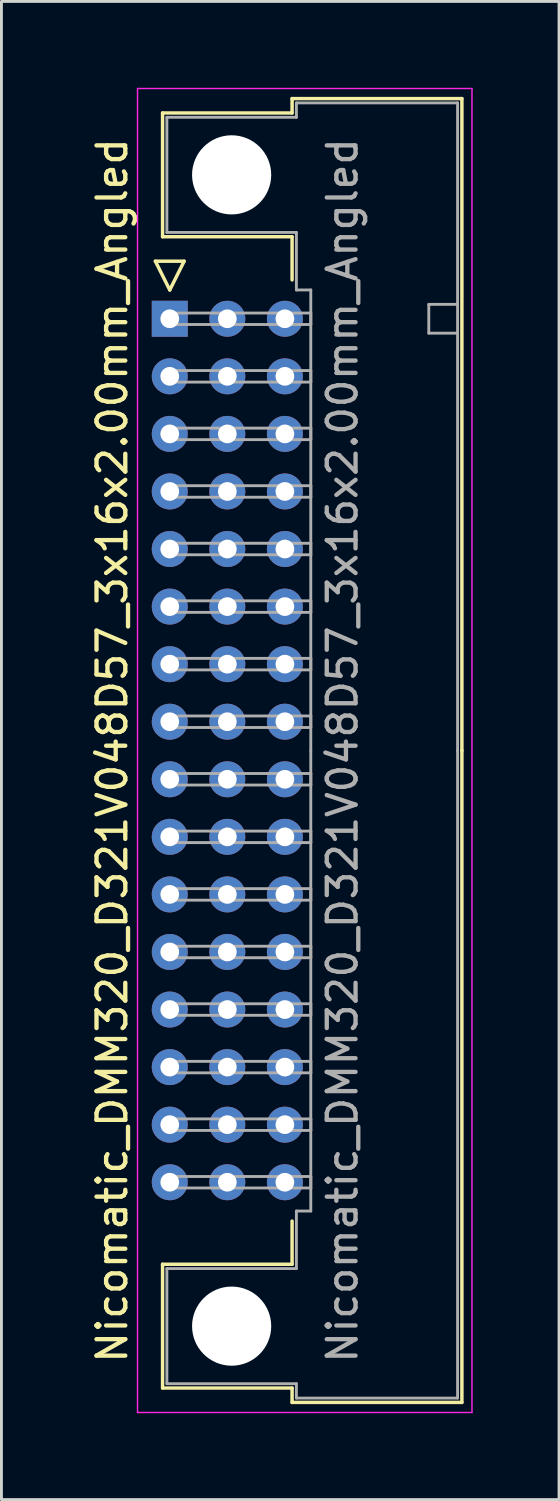
<source format=kicad_pcb>
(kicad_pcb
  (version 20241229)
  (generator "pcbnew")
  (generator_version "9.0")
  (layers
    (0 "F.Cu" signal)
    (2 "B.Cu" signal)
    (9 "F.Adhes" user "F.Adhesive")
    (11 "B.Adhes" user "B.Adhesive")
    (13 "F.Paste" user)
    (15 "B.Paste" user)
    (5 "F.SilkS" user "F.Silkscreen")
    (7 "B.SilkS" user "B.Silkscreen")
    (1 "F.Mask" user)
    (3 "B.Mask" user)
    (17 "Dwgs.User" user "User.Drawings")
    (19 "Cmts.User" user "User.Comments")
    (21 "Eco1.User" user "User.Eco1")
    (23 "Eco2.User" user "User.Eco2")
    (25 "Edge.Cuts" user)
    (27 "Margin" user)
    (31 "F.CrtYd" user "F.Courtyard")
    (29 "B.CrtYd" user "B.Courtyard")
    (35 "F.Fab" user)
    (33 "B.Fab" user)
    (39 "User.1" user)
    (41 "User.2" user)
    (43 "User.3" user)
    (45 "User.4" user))
  (footprint "Nicomatic_DMM320_D321V048D57_3x16x2.00mm_Angled"
    (layer "F.Cu")
    (at 2.848 8.025)
    (property "Reference" "Nicomatic_DMM320_D321V048D57_3x16x2.00mm_Angled" (at -2 15 90) (layer "F.SilkS") (effects (font (size 1 1) (thickness 0.15))))
    (attr through_hole)
    (fp_line (start -0.5 -2) (end 0 -1) (stroke (width 0.12) (type solid)) (layer "F.SilkS"))
    (fp_line (start -0.25 -7.15) (end -0.25 -2.85) (stroke (width 0.12) (type solid)) (layer "F.SilkS"))
    (fp_line (start -0.25 -2.85) (end 4.25 -2.85) (stroke (width 0.12) (type solid)) (layer "F.SilkS"))
    (fp_line (start -0.25 32.85) (end 4.25 32.85) (stroke (width 0.12) (type solid)) (layer "F.SilkS"))
    (fp_line (start -0.25 37.15) (end -0.25 32.85) (stroke (width 0.12) (type solid)) (layer "F.SilkS"))
    (fp_line (start 0 -1) (end 0.5 -2) (stroke (width 0.12) (type solid)) (layer "F.SilkS"))
    (fp_line (start 0.5 -2) (end -0.5 -2) (stroke (width 0.12) (type solid)) (layer "F.SilkS"))
    (fp_line (start 4.25 -7.65) (end 4.25 -7.15) (stroke (width 0.12) (type solid)) (layer "F.SilkS"))
    (fp_line (start 4.25 -7.15) (end -0.25 -7.15) (stroke (width 0.12) (type solid)) (layer "F.SilkS"))
    (fp_line (start 4.25 -2.85) (end 4.25 -1.35) (stroke (width 0.12) (type solid)) (layer "F.SilkS"))
    (fp_line (start 4.25 32.85) (end 4.25 31.35) (stroke (width 0.12) (type solid)) (layer "F.SilkS"))
    (fp_line (start 4.25 37.15) (end -0.25 37.15) (stroke (width 0.12) (type solid)) (layer "F.SilkS"))
    (fp_line (start 4.25 37.65) (end 4.25 37.15) (stroke (width 0.12) (type solid)) (layer "F.SilkS"))
    (fp_line (start 10.15 -7.65) (end 4.25 -7.65) (stroke (width 0.12) (type solid)) (layer "F.SilkS"))
    (fp_line (start 10.15 15) (end 10.15 -7.65) (stroke (width 0.12) (type solid)) (layer "F.SilkS"))
    (fp_line (start 10.15 15) (end 10.15 37.65) (stroke (width 0.12) (type solid)) (layer "F.SilkS"))
    (fp_line (start 10.15 37.65) (end 4.25 37.65) (stroke (width 0.12) (type solid)) (layer "F.SilkS"))
    (fp_line (start -1.12 -8) (end -1.12 38) (stroke (width 0.05) (type solid)) (layer "F.CrtYd"))
    (fp_line (start -1.12 38) (end 10.5 38) (stroke (width 0.05) (type solid)) (layer "F.CrtYd"))
    (fp_line (start 10.5 -8) (end -1.12 -8) (stroke (width 0.05) (type solid)) (layer "F.CrtYd"))
    (fp_line (start 10.5 38) (end 10.5 -8) (stroke (width 0.05) (type solid)) (layer "F.CrtYd"))
    (fp_line (start -0.1 -7) (end -0.1 -3) (stroke (width 0.1) (type solid)) (layer "F.Fab"))
    (fp_line (start -0.1 -3) (end 4.4 -3) (stroke (width 0.1) (type solid)) (layer "F.Fab"))
    (fp_line (start -0.1 33) (end 4.4 33) (stroke (width 0.1) (type solid)) (layer "F.Fab"))
    (fp_line (start -0.1 37) (end -0.1 33) (stroke (width 0.1) (type solid)) (layer "F.Fab"))
    (fp_line (start 0 -0.2) (end 0 0.2) (stroke (width 0.1) (type solid)) (layer "F.Fab"))
    (fp_line (start 0 0.2) (end 4.9 0.2) (stroke (width 0.1) (type solid)) (layer "F.Fab"))
    (fp_line (start 0 1.8) (end 0 2.2) (stroke (width 0.1) (type solid)) (layer "F.Fab"))
    (fp_line (start 0 2.2) (end 4.9 2.2) (stroke (width 0.1) (type solid)) (layer "F.Fab"))
    (fp_line (start 0 3.8) (end 0 4.2) (stroke (width 0.1) (type solid)) (layer "F.Fab"))
    (fp_line (start 0 4.2) (end 4.9 4.2) (stroke (width 0.1) (type solid)) (layer "F.Fab"))
    (fp_line (start 0 5.8) (end 0 6.2) (stroke (width 0.1) (type solid)) (layer "F.Fab"))
    (fp_line (start 0 6.2) (end 4.9 6.2) (stroke (width 0.1) (type solid)) (layer "F.Fab"))
    (fp_line (start 0 7.8) (end 0 8.2) (stroke (width 0.1) (type solid)) (layer "F.Fab"))
    (fp_line (start 0 8.2) (end 4.9 8.2) (stroke (width 0.1) (type solid)) (layer "F.Fab"))
    (fp_line (start 0 9.8) (end 0 10.2) (stroke (width 0.1) (type solid)) (layer "F.Fab"))
    (fp_line (start 0 10.2) (end 4.9 10.2) (stroke (width 0.1) (type solid)) (layer "F.Fab"))
    (fp_line (start 0 11.8) (end 0 12.2) (stroke (width 0.1) (type solid)) (layer "F.Fab"))
    (fp_line (start 0 12.2) (end 4.9 12.2) (stroke (width 0.1) (type solid)) (layer "F.Fab"))
    (fp_line (start 0 13.8) (end 0 14.2) (stroke (width 0.1) (type solid)) (layer "F.Fab"))
    (fp_line (start 0 14.2) (end 4.9 14.2) (stroke (width 0.1) (type solid)) (layer "F.Fab"))
    (fp_line (start 0 15.8) (end 0 16.2) (stroke (width 0.1) (type solid)) (layer "F.Fab"))
    (fp_line (start 0 16.2) (end 4.9 16.2) (stroke (width 0.1) (type solid)) (layer "F.Fab"))
    (fp_line (start 0 17.8) (end 0 18.2) (stroke (width 0.1) (type solid)) (layer "F.Fab"))
    (fp_line (start 0 18.2) (end 4.9 18.2) (stroke (width 0.1) (type solid)) (layer "F.Fab"))
    (fp_line (start 0 19.8) (end 0 20.2) (stroke (width 0.1) (type solid)) (layer "F.Fab"))
    (fp_line (start 0 20.2) (end 4.9 20.2) (stroke (width 0.1) (type solid)) (layer "F.Fab"))
    (fp_line (start 0 21.8) (end 0 22.2) (stroke (width 0.1) (type solid)) (layer "F.Fab"))
    (fp_line (start 0 22.2) (end 4.9 22.2) (stroke (width 0.1) (type solid)) (layer "F.Fab"))
    (fp_line (start 0 23.8) (end 0 24.2) (stroke (width 0.1) (type solid)) (layer "F.Fab"))
    (fp_line (start 0 24.2) (end 4.9 24.2) (stroke (width 0.1) (type solid)) (layer "F.Fab"))
    (fp_line (start 0 25.8) (end 0 26.2) (stroke (width 0.1) (type solid)) (layer "F.Fab"))
    (fp_line (start 0 26.2) (end 4.9 26.2) (stroke (width 0.1) (type solid)) (layer "F.Fab"))
    (fp_line (start 0 27.8) (end 0 28.2) (stroke (width 0.1) (type solid)) (layer "F.Fab"))
    (fp_line (start 0 28.2) (end 4.9 28.2) (stroke (width 0.1) (type solid)) (layer "F.Fab"))
    (fp_line (start 0 29.8) (end 0 30.2) (stroke (width 0.1) (type solid)) (layer "F.Fab"))
    (fp_line (start 0 30.2) (end 4.9 30.2) (stroke (width 0.1) (type solid)) (layer "F.Fab"))
    (fp_line (start 4.4 -7.5) (end 4.4 -7) (stroke (width 0.1) (type solid)) (layer "F.Fab"))
    (fp_line (start 4.4 -7) (end -0.1 -7) (stroke (width 0.1) (type solid)) (layer "F.Fab"))
    (fp_line (start 4.4 -3) (end 4.4 -1) (stroke (width 0.1) (type solid)) (layer "F.Fab"))
    (fp_line (start 4.4 -1) (end 4.9 -1) (stroke (width 0.1) (type solid)) (layer "F.Fab"))
    (fp_line (start 4.4 31) (end 4.9 31) (stroke (width 0.1) (type solid)) (layer "F.Fab"))
    (fp_line (start 4.4 33) (end 4.4 31) (stroke (width 0.1) (type solid)) (layer "F.Fab"))
    (fp_line (start 4.4 37) (end -0.1 37) (stroke (width 0.1) (type solid)) (layer "F.Fab"))
    (fp_line (start 4.4 37.5) (end 4.4 37) (stroke (width 0.1) (type solid)) (layer "F.Fab"))
    (fp_line (start 4.9 -1) (end 4.9 15) (stroke (width 0.1) (type solid)) (layer "F.Fab"))
    (fp_line (start 4.9 -0.2) (end 0 -0.2) (stroke (width 0.1) (type solid)) (layer "F.Fab"))
    (fp_line (start 4.9 0.2) (end 4.9 -0.2) (stroke (width 0.1) (type solid)) (layer "F.Fab"))
    (fp_line (start 4.9 1.8) (end 0 1.8) (stroke (width 0.1) (type solid)) (layer "F.Fab"))
    (fp_line (start 4.9 2.2) (end 4.9 1.8) (stroke (width 0.1) (type solid)) (layer "F.Fab"))
    (fp_line (start 4.9 3.8) (end 0 3.8) (stroke (width 0.1) (type solid)) (layer "F.Fab"))
    (fp_line (start 4.9 4.2) (end 4.9 3.8) (stroke (width 0.1) (type solid)) (layer "F.Fab"))
    (fp_line (start 4.9 5.8) (end 0 5.8) (stroke (width 0.1) (type solid)) (layer "F.Fab"))
    (fp_line (start 4.9 6.2) (end 4.9 5.8) (stroke (width 0.1) (type solid)) (layer "F.Fab"))
    (fp_line (start 4.9 7.8) (end 0 7.8) (stroke (width 0.1) (type solid)) (layer "F.Fab"))
    (fp_line (start 4.9 8.2) (end 4.9 7.8) (stroke (width 0.1) (type solid)) (layer "F.Fab"))
    (fp_line (start 4.9 9.8) (end 0 9.8) (stroke (width 0.1) (type solid)) (layer "F.Fab"))
    (fp_line (start 4.9 10.2) (end 4.9 9.8) (stroke (width 0.1) (type solid)) (layer "F.Fab"))
    (fp_line (start 4.9 11.8) (end 0 11.8) (stroke (width 0.1) (type solid)) (layer "F.Fab"))
    (fp_line (start 4.9 12.2) (end 4.9 11.8) (stroke (width 0.1) (type solid)) (layer "F.Fab"))
    (fp_line (start 4.9 13.8) (end 0 13.8) (stroke (width 0.1) (type solid)) (layer "F.Fab"))
    (fp_line (start 4.9 14.2) (end 4.9 13.8) (stroke (width 0.1) (type solid)) (layer "F.Fab"))
    (fp_line (start 4.9 15.8) (end 0 15.8) (stroke (width 0.1) (type solid)) (layer "F.Fab"))
    (fp_line (start 4.9 16.2) (end 4.9 15.8) (stroke (width 0.1) (type solid)) (layer "F.Fab"))
    (fp_line (start 4.9 17.8) (end 0 17.8) (stroke (width 0.1) (type solid)) (layer "F.Fab"))
    (fp_line (start 4.9 18.2) (end 4.9 17.8) (stroke (width 0.1) (type solid)) (layer "F.Fab"))
    (fp_line (start 4.9 19.8) (end 0 19.8) (stroke (width 0.1) (type solid)) (layer "F.Fab"))
    (fp_line (start 4.9 20.2) (end 4.9 19.8) (stroke (width 0.1) (type solid)) (layer "F.Fab"))
    (fp_line (start 4.9 21.8) (end 0 21.8) (stroke (width 0.1) (type solid)) (layer "F.Fab"))
    (fp_line (start 4.9 22.2) (end 4.9 21.8) (stroke (width 0.1) (type solid)) (layer "F.Fab"))
    (fp_line (start 4.9 23.8) (end 0 23.8) (stroke (width 0.1) (type solid)) (layer "F.Fab"))
    (fp_line (start 4.9 24.2) (end 4.9 23.8) (stroke (width 0.1) (type solid)) (layer "F.Fab"))
    (fp_line (start 4.9 25.8) (end 0 25.8) (stroke (width 0.1) (type solid)) (layer "F.Fab"))
    (fp_line (start 4.9 26.2) (end 4.9 25.8) (stroke (width 0.1) (type solid)) (layer "F.Fab"))
    (fp_line (start 4.9 27.8) (end 0 27.8) (stroke (width 0.1) (type solid)) (layer "F.Fab"))
    (fp_line (start 4.9 28.2) (end 4.9 27.8) (stroke (width 0.1) (type solid)) (layer "F.Fab"))
    (fp_line (start 4.9 29.8) (end 0 29.8) (stroke (width 0.1) (type solid)) (layer "F.Fab"))
    (fp_line (start 4.9 30.2) (end 4.9 29.8) (stroke (width 0.1) (type solid)) (layer "F.Fab"))
    (fp_line (start 4.9 31) (end 4.9 15) (stroke (width 0.1) (type solid)) (layer "F.Fab"))
    (fp_line (start 9 -0.5) (end 9 0.5) (stroke (width 0.1) (type solid)) (layer "F.Fab"))
    (fp_line (start 9 0.5) (end 10 0.5) (stroke (width 0.1) (type solid)) (layer "F.Fab"))
    (fp_line (start 10 -7.5) (end 4.4 -7.5) (stroke (width 0.1) (type solid)) (layer "F.Fab"))
    (fp_line (start 10 -0.5) (end 9 -0.5) (stroke (width 0.1) (type solid)) (layer "F.Fab"))
    (fp_line (start 10 15) (end 10 -7.5) (stroke (width 0.1) (type solid)) (layer "F.Fab"))
    (fp_line (start 10 15) (end 10 37.5) (stroke (width 0.1) (type solid)) (layer "F.Fab"))
    (fp_line (start 10 37.5) (end 4.4 37.5) (stroke (width 0.1) (type solid)) (layer "F.Fab"))
    (fp_text user "${REFERENCE}" (at 6 15 90) (layer "F.Fab") (effects (font (size 1 1) (thickness 0.15))))
    (pad "" np_thru_hole circle (at 2.15 -5) (size 2.75 2.75) (drill 2.75) (layers "*.Cu" "*.Mask"))
    (pad "" np_thru_hole circle (at 2.15 35) (size 2.75 2.75) (drill 2.75) (layers "*.Cu" "*.Mask"))
    (pad "1" thru_hole rect (at 0 0) (size 1.25 1.25) (drill 0.65) (layers "*.Cu" "*.Mask"))
    (pad "2" thru_hole oval (at 0 2) (size 1.25 1.25) (drill 0.65) (layers "*.Cu" "*.Mask"))
    (pad "3" thru_hole oval (at 0 4) (size 1.25 1.25) (drill 0.65) (layers "*.Cu" "*.Mask"))
    (pad "4" thru_hole oval (at 0 6) (size 1.25 1.25) (drill 0.65) (layers "*.Cu" "*.Mask"))
    (pad "5" thru_hole oval (at 0 8) (size 1.25 1.25) (drill 0.65) (layers "*.Cu" "*.Mask"))
    (pad "6" thru_hole oval (at 0 10) (size 1.25 1.25) (drill 0.65) (layers "*.Cu" "*.Mask"))
    (pad "7" thru_hole oval (at 0 12) (size 1.25 1.25) (drill 0.65) (layers "*.Cu" "*.Mask"))
    (pad "8" thru_hole oval (at 0 14) (size 1.25 1.25) (drill 0.65) (layers "*.Cu" "*.Mask"))
    (pad "9" thru_hole oval (at 0 16) (size 1.25 1.25) (drill 0.65) (layers "*.Cu" "*.Mask"))
    (pad "10" thru_hole oval (at 0 18) (size 1.25 1.25) (drill 0.65) (layers "*.Cu" "*.Mask"))
    (pad "11" thru_hole oval (at 0 20) (size 1.25 1.25) (drill 0.65) (layers "*.Cu" "*.Mask"))
    (pad "12" thru_hole oval (at 0 22) (size 1.25 1.25) (drill 0.65) (layers "*.Cu" "*.Mask"))
    (pad "13" thru_hole oval (at 0 24) (size 1.25 1.25) (drill 0.65) (layers "*.Cu" "*.Mask"))
    (pad "14" thru_hole oval (at 0 26) (size 1.25 1.25) (drill 0.65) (layers "*.Cu" "*.Mask"))
    (pad "15" thru_hole oval (at 0 28) (size 1.25 1.25) (drill 0.65) (layers "*.Cu" "*.Mask"))
    (pad "16" thru_hole oval (at 0 30) (size 1.25 1.25) (drill 0.65) (layers "*.Cu" "*.Mask"))
    (pad "17" thru_hole oval (at 2 0) (size 1.25 1.25) (drill 0.65) (layers "*.Cu" "*.Mask"))
    (pad "18" thru_hole oval (at 2 2) (size 1.25 1.25) (drill 0.65) (layers "*.Cu" "*.Mask"))
    (pad "19" thru_hole oval (at 2 4) (size 1.25 1.25) (drill 0.65) (layers "*.Cu" "*.Mask"))
    (pad "20" thru_hole oval (at 2 6) (size 1.25 1.25) (drill 0.65) (layers "*.Cu" "*.Mask"))
    (pad "21" thru_hole oval (at 2 8) (size 1.25 1.25) (drill 0.65) (layers "*.Cu" "*.Mask"))
    (pad "22" thru_hole oval (at 2 10) (size 1.25 1.25) (drill 0.65) (layers "*.Cu" "*.Mask"))
    (pad "23" thru_hole oval (at 2 12) (size 1.25 1.25) (drill 0.65) (layers "*.Cu" "*.Mask"))
    (pad "24" thru_hole oval (at 2 14) (size 1.25 1.25) (drill 0.65) (layers "*.Cu" "*.Mask"))
    (pad "25" thru_hole oval (at 2 16) (size 1.25 1.25) (drill 0.65) (layers "*.Cu" "*.Mask"))
    (pad "26" thru_hole oval (at 2 18) (size 1.25 1.25) (drill 0.65) (layers "*.Cu" "*.Mask"))
    (pad "27" thru_hole oval (at 2 20) (size 1.25 1.25) (drill 0.65) (layers "*.Cu" "*.Mask"))
    (pad "28" thru_hole oval (at 2 22) (size 1.25 1.25) (drill 0.65) (layers "*.Cu" "*.Mask"))
    (pad "29" thru_hole oval (at 2 24) (size 1.25 1.25) (drill 0.65) (layers "*.Cu" "*.Mask"))
    (pad "30" thru_hole oval (at 2 26) (size 1.25 1.25) (drill 0.65) (layers "*.Cu" "*.Mask"))
    (pad "31" thru_hole oval (at 2 28) (size 1.25 1.25) (drill 0.65) (layers "*.Cu" "*.Mask"))
    (pad "32" thru_hole oval (at 2 30) (size 1.25 1.25) (drill 0.65) (layers "*.Cu" "*.Mask"))
    (pad "33" thru_hole oval (at 4 0) (size 1.25 1.25) (drill 0.65) (layers "*.Cu" "*.Mask"))
    (pad "34" thru_hole oval (at 4 2) (size 1.25 1.25) (drill 0.65) (layers "*.Cu" "*.Mask"))
    (pad "35" thru_hole oval (at 4 4) (size 1.25 1.25) (drill 0.65) (layers "*.Cu" "*.Mask"))
    (pad "36" thru_hole oval (at 4 6) (size 1.25 1.25) (drill 0.65) (layers "*.Cu" "*.Mask"))
    (pad "37" thru_hole oval (at 4 8) (size 1.25 1.25) (drill 0.65) (layers "*.Cu" "*.Mask"))
    (pad "38" thru_hole oval (at 4 10) (size 1.25 1.25) (drill 0.65) (layers "*.Cu" "*.Mask"))
    (pad "39" thru_hole oval (at 4 12) (size 1.25 1.25) (drill 0.65) (layers "*.Cu" "*.Mask"))
    (pad "40" thru_hole oval (at 4 14) (size 1.25 1.25) (drill 0.65) (layers "*.Cu" "*.Mask"))
    (pad "41" thru_hole oval (at 4 16) (size 1.25 1.25) (drill 0.65) (layers "*.Cu" "*.Mask"))
    (pad "42" thru_hole oval (at 4 18) (size 1.25 1.25) (drill 0.65) (layers "*.Cu" "*.Mask"))
    (pad "43" thru_hole oval (at 4 20) (size 1.25 1.25) (drill 0.65) (layers "*.Cu" "*.Mask"))
    (pad "44" thru_hole oval (at 4 22) (size 1.25 1.25) (drill 0.65) (layers "*.Cu" "*.Mask"))
    (pad "45" thru_hole oval (at 4 24) (size 1.25 1.25) (drill 0.65) (layers "*.Cu" "*.Mask"))
    (pad "46" thru_hole oval (at 4 26) (size 1.25 1.25) (drill 0.65) (layers "*.Cu" "*.Mask"))
    (pad "47" thru_hole oval (at 4 28) (size 1.25 1.25) (drill 0.65) (layers "*.Cu" "*.Mask"))
    (pad "48" thru_hole oval (at 4 30) (size 1.25 1.25) (drill 0.65) (layers "*.Cu" "*.Mask")))
  (gr_rect
    (start -3 -3)
    (end 16.373 49.05)
    (stroke (width 0.1) (type default))
    (fill no)
    (layer "Edge.Cuts")))
</source>
